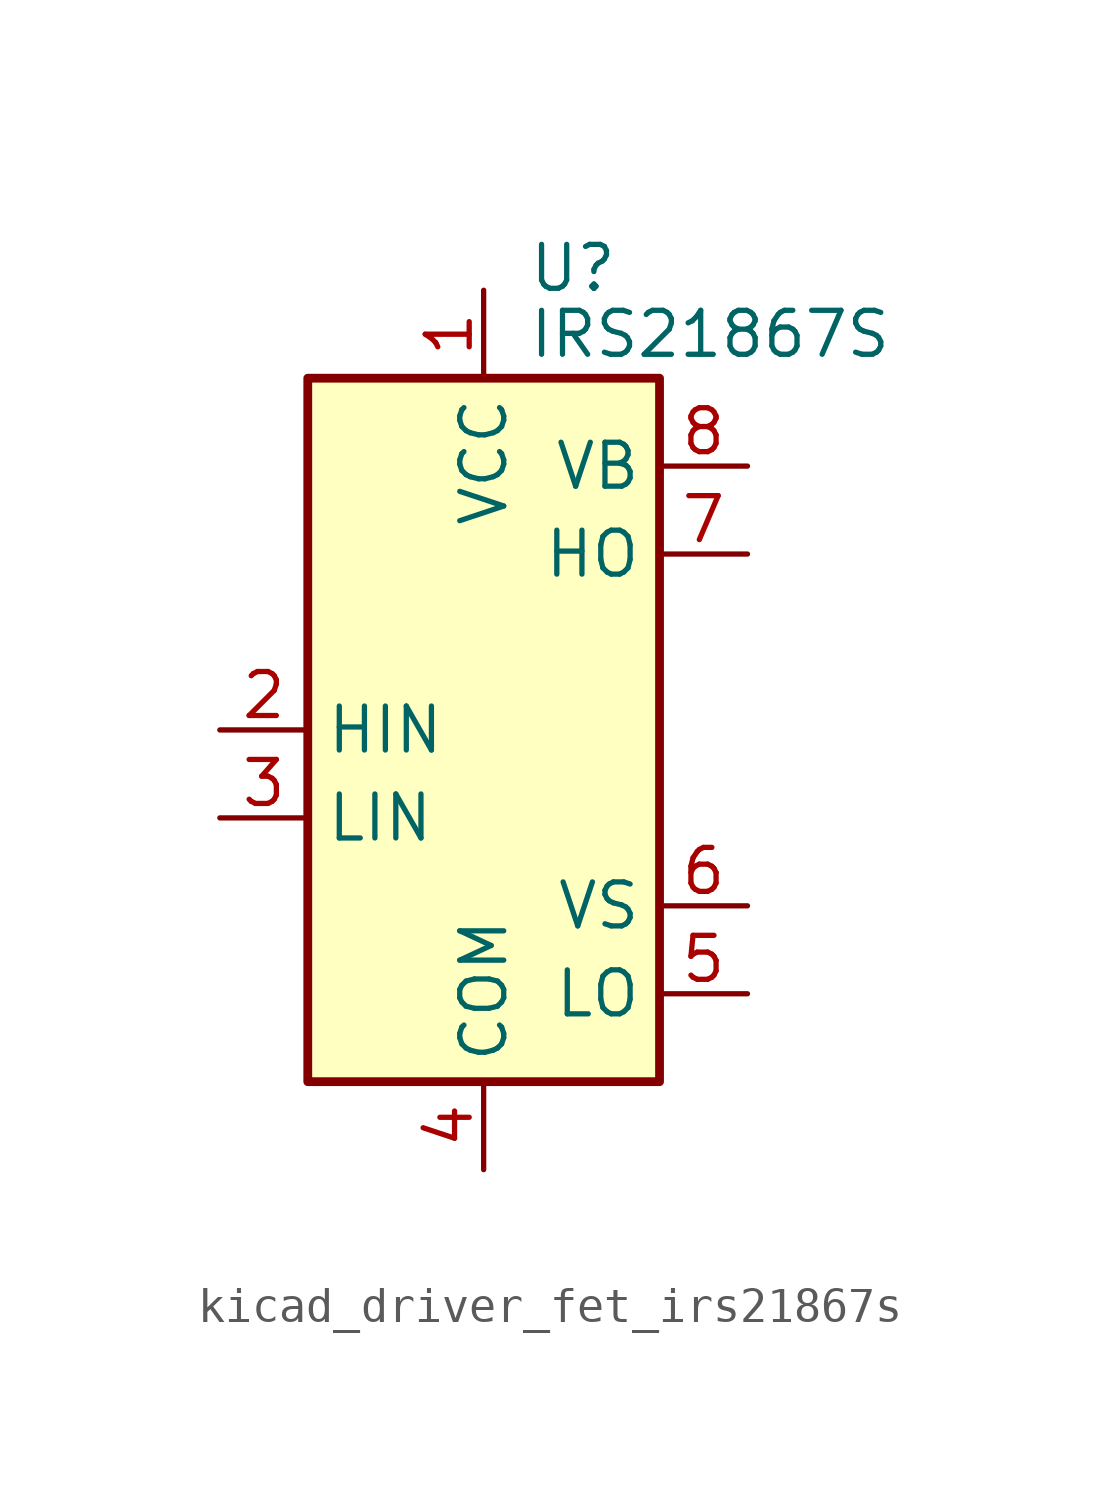
<source format=kicad_sym>
(kicad_symbol_lib
  (version 20220914)
  (generator kicad_symbol_editor)
  (symbol "kicad_driver_fet_irs21867s"
    (property "Reference" "U"
      (at 1.27 13.335 0)
      (effects (font (size 1.27 1.27)) (justify left)))
    (property "Value" "IRS21867S"
      (at 1.27 11.43 0)
      (effects (font (size 1.27 1.27)) (justify left)))
    (symbol "kicad_driver_fet_irs21867s_0_1"
      (rectangle (start -5.08 -10.16) (end 5.08 10.16) (stroke (width 0.254) (type default)) (fill (type background))))
    (symbol "kicad_driver_fet_irs21867s_1_1"
      (pin power_in line (at 0 12.7 270) (length 2.54) (name "VCC" (effects (font (size 1.27 1.27)))) (number "1" (effects (font (size 1.27 1.27)))))
      (pin input line (at -7.62 0 0) (length 2.54) (name "HIN" (effects (font (size 1.27 1.27)))) (number "2" (effects (font (size 1.27 1.27)))))
      (pin input line (at -7.62 -2.54 0) (length 2.54) (name "LIN" (effects (font (size 1.27 1.27)))) (number "3" (effects (font (size 1.27 1.27)))))
      (pin power_in line (at 0 -12.7 90) (length 2.54) (name "COM" (effects (font (size 1.27 1.27)))) (number "4" (effects (font (size 1.27 1.27)))))
      (pin output line (at 7.62 -7.62 180) (length 2.54) (name "LO" (effects (font (size 1.27 1.27)))) (number "5" (effects (font (size 1.27 1.27)))))
      (pin passive line (at 7.62 -5.08 180) (length 2.54) (name "VS" (effects (font (size 1.27 1.27)))) (number "6" (effects (font (size 1.27 1.27)))))
      (pin output line (at 7.62 5.08 180) (length 2.54) (name "HO" (effects (font (size 1.27 1.27)))) (number "7" (effects (font (size 1.27 1.27)))))
      (pin passive line (at 7.62 7.62 180) (length 2.54) (name "VB" (effects (font (size 1.27 1.27)))) (number "8" (effects (font (size 1.27 1.27))))))))
</source>
